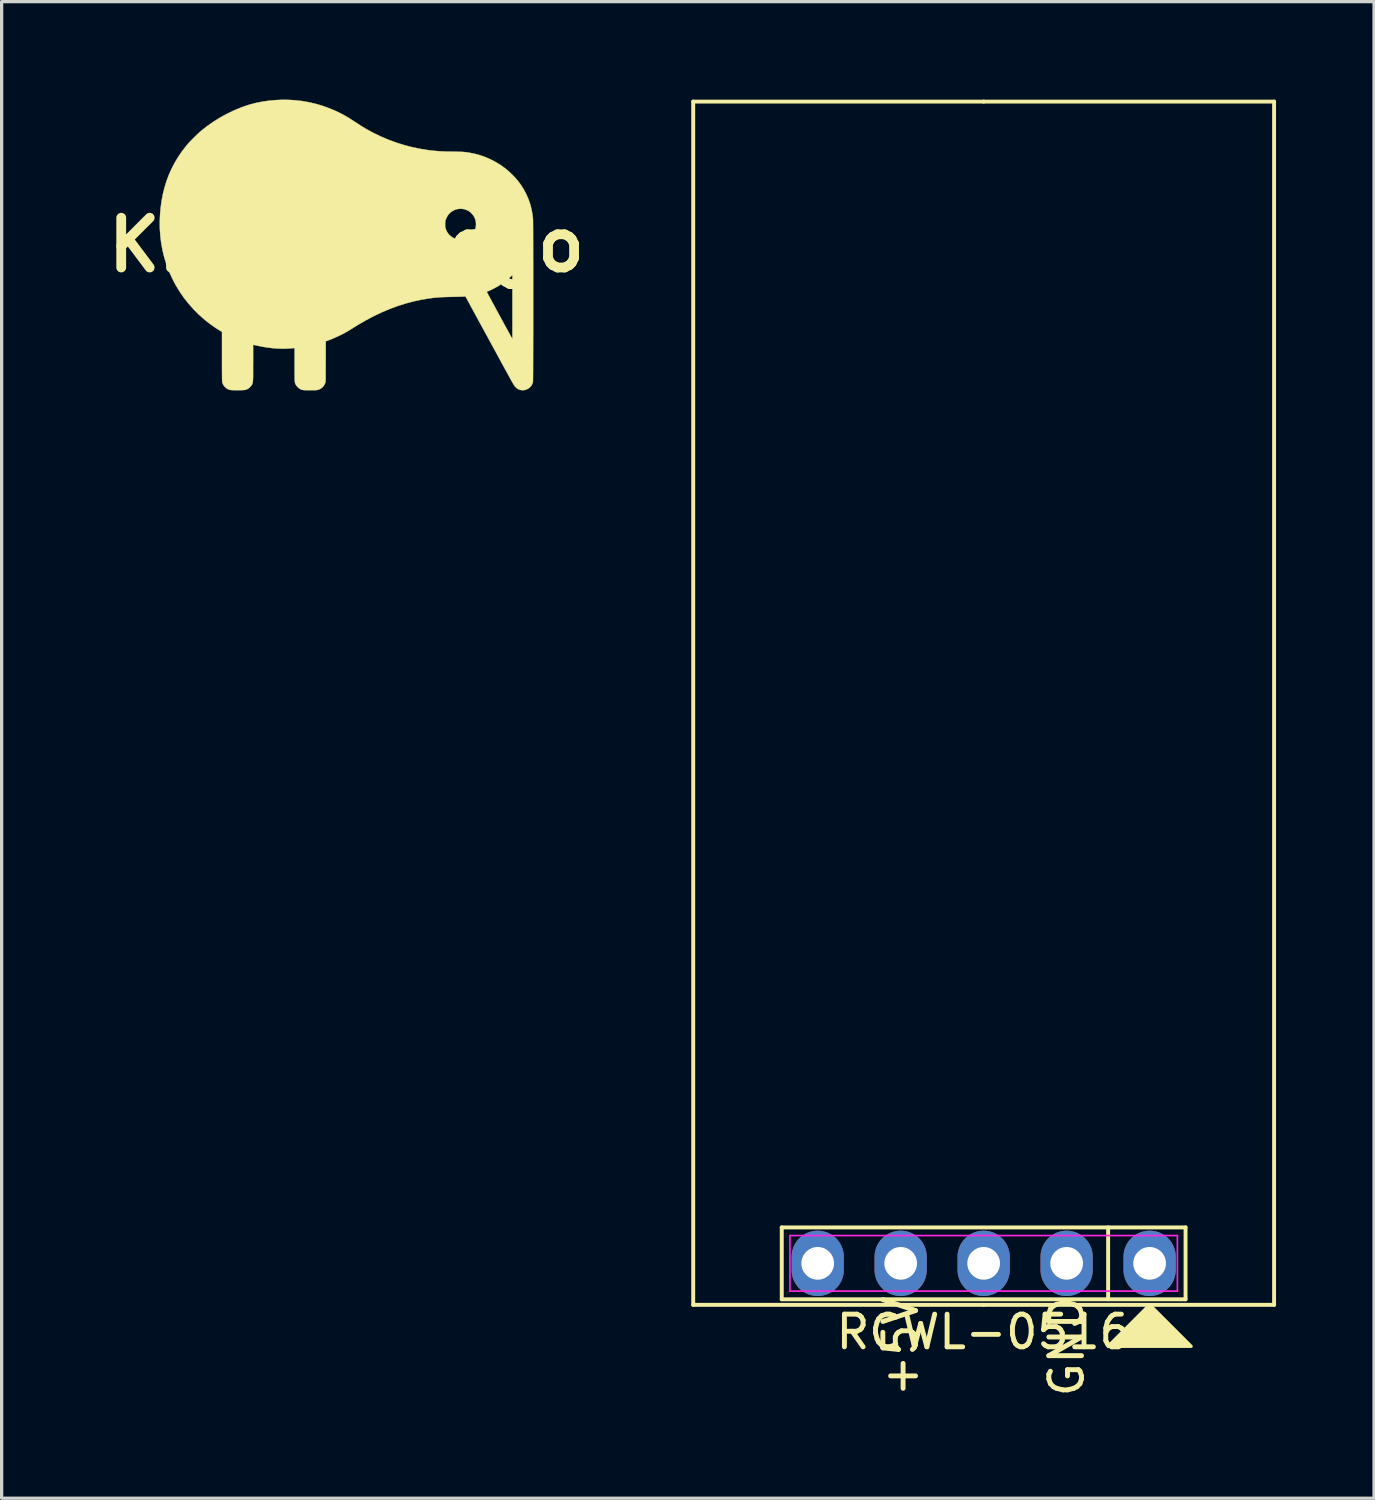
<source format=kicad_pcb>
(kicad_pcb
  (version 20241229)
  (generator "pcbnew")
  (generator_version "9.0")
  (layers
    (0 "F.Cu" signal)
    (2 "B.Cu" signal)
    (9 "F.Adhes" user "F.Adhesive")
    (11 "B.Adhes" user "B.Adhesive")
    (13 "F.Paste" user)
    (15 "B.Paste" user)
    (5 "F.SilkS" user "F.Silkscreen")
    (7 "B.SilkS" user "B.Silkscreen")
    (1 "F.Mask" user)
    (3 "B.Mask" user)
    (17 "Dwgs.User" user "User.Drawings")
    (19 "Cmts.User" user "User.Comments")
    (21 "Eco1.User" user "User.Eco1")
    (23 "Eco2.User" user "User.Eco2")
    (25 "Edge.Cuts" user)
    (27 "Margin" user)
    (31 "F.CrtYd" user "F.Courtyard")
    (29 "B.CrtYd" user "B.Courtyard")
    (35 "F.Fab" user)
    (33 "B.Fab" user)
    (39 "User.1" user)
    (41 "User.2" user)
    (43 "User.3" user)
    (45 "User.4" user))
  (footprint "KiwiBirdLogo"
    (layer "F.Cu")
    (at 7.555 4.449)
    (property "Reference" "KiwiBirdLogo" (at 0 0 0) (layer "F.SilkS") (effects (font (size 1.524 1.524) (thickness 0.3))))
    (attr through_hole)
    (fp_poly (pts (xy -1.789 -4.443) (xy -1.59 -4.432) (xy -1.393 -4.411) (xy -1.362 -4.407) (xy -1.152 -4.37) (xy -0.942 -4.321) (xy -0.736 -4.261) (xy -0.533 -4.188) (xy -0.334 -4.104) (xy -0.236 -4.058) (xy -0.168 -4.024) (xy -0.105 -3.991) (xy -0.046 -3.959) (xy 0.013 -3.925) (xy 0.073 -3.889) (xy 0.137 -3.848) (xy 0.208 -3.802) (xy 0.245 -3.778) (xy 0.338 -3.717) (xy 0.423 -3.662) (xy 0.502 -3.613) (xy 0.578 -3.567) (xy 0.651 -3.525) (xy 0.726 -3.484) (xy 0.802 -3.443) (xy 0.847 -3.42) (xy 1.073 -3.312) (xy 1.304 -3.215) (xy 1.54 -3.129) (xy 1.78 -3.054) (xy 2.023 -2.992) (xy 2.269 -2.941) (xy 2.515 -2.902) (xy 2.651 -2.886) (xy 2.703 -2.881) (xy 2.75 -2.877) (xy 2.796 -2.873) (xy 2.842 -2.87) (xy 2.89 -2.867) (xy 2.941 -2.865) (xy 2.996 -2.863) (xy 3.059 -2.861) (xy 3.13 -2.86) (xy 3.212 -2.858) (xy 3.248 -2.857) (xy 3.326 -2.856) (xy 3.392 -2.855) (xy 3.449 -2.853) (xy 3.498 -2.852) (xy 3.54 -2.85) (xy 3.577 -2.848) (xy 3.61 -2.845) (xy 3.642 -2.842) (xy 3.673 -2.838) (xy 3.705 -2.834) (xy 3.739 -2.828) (xy 3.775 -2.822) (xy 3.943 -2.788) (xy 4.108 -2.742) (xy 4.27 -2.683) (xy 4.428 -2.613) (xy 4.58 -2.532) (xy 4.728 -2.44) (xy 4.868 -2.338) (xy 4.885 -2.325) (xy 4.927 -2.29) (xy 4.974 -2.248) (xy 5.025 -2.2) (xy 5.076 -2.15) (xy 5.126 -2.1) (xy 5.172 -2.051) (xy 5.212 -2.006) (xy 5.241 -1.972) (xy 5.342 -1.836) (xy 5.43 -1.696) (xy 5.506 -1.552) (xy 5.571 -1.403) (xy 5.624 -1.25) (xy 5.665 -1.093) (xy 5.694 -0.93) (xy 5.709 -0.8) (xy 5.709 -0.787) (xy 5.71 -0.762) (xy 5.71 -0.726) (xy 5.711 -0.678) (xy 5.711 -0.62) (xy 5.712 -0.553) (xy 5.712 -0.476) (xy 5.713 -0.39) (xy 5.713 -0.295) (xy 5.713 -0.194) (xy 5.714 -0.084) (xy 5.714 0.031) (xy 5.714 0.153) (xy 5.714 0.281) (xy 5.714 0.414) (xy 5.715 0.551) (xy 5.715 0.693) (xy 5.715 0.838) (xy 5.715 0.986) (xy 5.715 1.136) (xy 5.715 1.288) (xy 5.715 1.442) (xy 5.715 1.596) (xy 5.715 1.751) (xy 5.715 1.906) (xy 5.715 2.06) (xy 5.715 2.213) (xy 5.715 2.364) (xy 5.715 2.512) (xy 5.715 2.658) (xy 5.714 2.801) (xy 5.714 2.939) (xy 5.714 3.073) (xy 5.714 3.202) (xy 5.713 3.326) (xy 5.713 3.444) (xy 5.713 3.555) (xy 5.712 3.659) (xy 5.712 3.755) (xy 5.712 3.843) (xy 5.711 3.923) (xy 5.711 3.993) (xy 5.71 4.054) (xy 5.71 4.104) (xy 5.709 4.144) (xy 5.709 4.172) (xy 5.708 4.188) (xy 5.708 4.192) (xy 5.69 4.25) (xy 5.661 4.302) (xy 5.623 4.349) (xy 5.577 4.387) (xy 5.525 4.417) (xy 5.469 4.436) (xy 5.409 4.445) (xy 5.397 4.445) (xy 5.336 4.44) (xy 5.28 4.423) (xy 5.228 4.395) (xy 5.179 4.354) (xy 5.172 4.347) (xy 5.167 4.342) (xy 5.163 4.337) (xy 5.158 4.331) (xy 5.152 4.325) (xy 5.146 4.316) (xy 5.139 4.306) (xy 5.131 4.294) (xy 5.122 4.279) (xy 5.111 4.26) (xy 5.098 4.239) (xy 5.083 4.213) (xy 5.066 4.182) (xy 5.046 4.147) (xy 5.023 4.107) (xy 4.998 4.06) (xy 4.969 4.008) (xy 4.937 3.949) (xy 4.9 3.883) (xy 4.86 3.81) (xy 4.816 3.729) (xy 4.767 3.64) (xy 4.714 3.542) (xy 4.655 3.434) (xy 4.592 3.318) (xy 4.523 3.191) (xy 4.448 3.054) (xy 4.385 2.938) (xy 3.642 1.574) (xy 3.61 1.578) (xy 3.597 1.578) (xy 3.574 1.579) (xy 3.54 1.581) (xy 3.497 1.582) (xy 3.447 1.583) (xy 3.392 1.584) (xy 3.332 1.586) (xy 3.268 1.587) (xy 3.258 1.587) (xy 3.161 1.589) (xy 3.076 1.591) (xy 3 1.593) (xy 2.931 1.596) (xy 2.868 1.6) (xy 2.809 1.604) (xy 2.752 1.608) (xy 2.695 1.614) (xy 2.638 1.621) (xy 2.577 1.629) (xy 2.524 1.636) (xy 2.283 1.676) (xy 2.042 1.728) (xy 1.801 1.793) (xy 1.56 1.87) (xy 1.319 1.96) (xy 1.078 2.062) (xy 0.837 2.177) (xy 0.595 2.304) (xy 0.354 2.444) (xy 0.212 2.532) (xy 0.169 2.559) (xy 0.125 2.586) (xy 0.082 2.613) (xy 0.043 2.636) (xy 0.011 2.656) (xy -0.003 2.664) (xy -0.069 2.7) (xy -0.144 2.739) (xy -0.225 2.778) (xy -0.309 2.817) (xy -0.393 2.854) (xy -0.474 2.888) (xy -0.548 2.917) (xy -0.576 2.927) (xy -0.635 2.948) (xy -0.635 3.558) (xy -0.635 3.661) (xy -0.636 3.752) (xy -0.636 3.831) (xy -0.636 3.9) (xy -0.636 3.96) (xy -0.637 4.011) (xy -0.637 4.054) (xy -0.638 4.09) (xy -0.638 4.119) (xy -0.639 4.143) (xy -0.64 4.163) (xy -0.641 4.178) (xy -0.643 4.19) (xy -0.644 4.2) (xy -0.646 4.208) (xy -0.647 4.211) (xy -0.667 4.265) (xy -0.698 4.315) (xy -0.738 4.359) (xy -0.784 4.396) (xy -0.836 4.422) (xy -0.877 4.435) (xy -0.892 4.438) (xy -0.912 4.44) (xy -0.936 4.442) (xy -0.967 4.444) (xy -1.007 4.444) (xy -1.055 4.445) (xy -1.115 4.445) (xy -1.116 4.445) (xy -1.179 4.445) (xy -1.231 4.444) (xy -1.274 4.443) (xy -1.309 4.44) (xy -1.338 4.437) (xy -1.362 4.432) (xy -1.382 4.425) (xy -1.402 4.417) (xy -1.422 4.406) (xy -1.432 4.4) (xy -1.465 4.377) (xy -1.497 4.346) (xy -1.527 4.313) (xy -1.549 4.28) (xy -1.553 4.273) (xy -1.559 4.261) (xy -1.564 4.25) (xy -1.569 4.238) (xy -1.573 4.226) (xy -1.576 4.212) (xy -1.579 4.196) (xy -1.581 4.175) (xy -1.583 4.15) (xy -1.585 4.12) (xy -1.586 4.084) (xy -1.586 4.04) (xy -1.587 3.988) (xy -1.587 3.928) (xy -1.587 3.857) (xy -1.587 3.776) (xy -1.588 3.683) (xy -1.587 3.663) (xy -1.587 3.156) (xy -1.608 3.156) (xy -1.621 3.157) (xy -1.645 3.158) (xy -1.675 3.161) (xy -1.71 3.164) (xy -1.73 3.166) (xy -1.854 3.173) (xy -1.987 3.174) (xy -2.127 3.168) (xy -2.272 3.156) (xy -2.42 3.138) (xy -2.57 3.114) (xy -2.72 3.083) (xy -2.725 3.082) (xy -2.761 3.074) (xy -2.793 3.067) (xy -2.819 3.061) (xy -2.837 3.057) (xy -2.843 3.056) (xy -2.857 3.053) (xy -2.857 3.606) (xy -2.858 3.708) (xy -2.858 3.797) (xy -2.858 3.876) (xy -2.858 3.944) (xy -2.858 4.003) (xy -2.859 4.053) (xy -2.86 4.095) (xy -2.862 4.131) (xy -2.863 4.161) (xy -2.866 4.185) (xy -2.868 4.206) (xy -2.872 4.222) (xy -2.875 4.236) (xy -2.88 4.248) (xy -2.885 4.259) (xy -2.891 4.27) (xy -2.898 4.282) (xy -2.9 4.284) (xy -2.937 4.335) (xy -2.982 4.378) (xy -3.033 4.411) (xy -3.088 4.432) (xy -3.092 4.433) (xy -3.113 4.437) (xy -3.145 4.44) (xy -3.185 4.442) (xy -3.232 4.444) (xy -3.282 4.445) (xy -3.335 4.445) (xy -3.388 4.445) (xy -3.438 4.444) (xy -3.485 4.442) (xy -3.525 4.44) (xy -3.557 4.437) (xy -3.578 4.433) (xy -3.579 4.433) (xy -3.636 4.41) (xy -3.687 4.377) (xy -3.731 4.335) (xy -3.767 4.286) (xy -3.793 4.231) (xy -3.801 4.206) (xy -3.802 4.199) (xy -3.803 4.189) (xy -3.804 4.176) (xy -3.805 4.16) (xy -3.806 4.138) (xy -3.807 4.112) (xy -3.808 4.079) (xy -3.808 4.04) (xy -3.809 3.994) (xy -3.809 3.939) (xy -3.809 3.876) (xy -3.81 3.803) (xy -3.81 3.721) (xy -3.81 3.627) (xy -3.81 3.523) (xy -3.81 3.415) (xy -3.81 2.66) (xy -3.839 2.643) (xy -4.025 2.525) (xy -4.203 2.398) (xy -4.374 2.26) (xy -4.536 2.114) (xy -4.69 1.959) (xy -4.834 1.795) (xy -4.97 1.624) (xy -5.095 1.445) (xy -5.102 1.432) (xy 4.293 1.432) (xy 4.296 1.438) (xy 4.304 1.454) (xy 4.318 1.48) (xy 4.336 1.514) (xy 4.359 1.556) (xy 4.386 1.606) (xy 4.416 1.661) (xy 4.449 1.723) (xy 4.485 1.789) (xy 4.523 1.859) (xy 4.562 1.932) (xy 4.603 2.007) (xy 4.645 2.084) (xy 4.687 2.162) (xy 4.729 2.239) (xy 4.771 2.316) (xy 4.812 2.391) (xy 4.851 2.463) (xy 4.889 2.533) (xy 4.925 2.598) (xy 4.958 2.658) (xy 4.988 2.713) (xy 5.014 2.761) (xy 5.037 2.802) (xy 5.055 2.835) (xy 5.068 2.858) (xy 5.076 2.873) (xy 5.078 2.877) (xy 5.079 2.87) (xy 5.079 2.852) (xy 5.079 2.822) (xy 5.079 2.782) (xy 5.079 2.732) (xy 5.079 2.673) (xy 5.08 2.605) (xy 5.08 2.529) (xy 5.08 2.445) (xy 5.08 2.356) (xy 5.08 2.26) (xy 5.08 2.159) (xy 5.08 2.054) (xy 5.08 1.945) (xy 5.08 1.898) (xy 5.08 0.919) (xy 5.029 0.968) (xy 4.912 1.071) (xy 4.791 1.163) (xy 4.664 1.247) (xy 4.527 1.323) (xy 4.508 1.333) (xy 4.471 1.352) (xy 4.432 1.371) (xy 4.396 1.388) (xy 4.366 1.401) (xy 4.353 1.407) (xy 4.328 1.417) (xy 4.308 1.425) (xy 4.296 1.431) (xy 4.293 1.432) (xy -5.102 1.432) (xy -5.209 1.259) (xy -5.214 1.251) (xy -5.243 1.198) (xy -5.276 1.136) (xy -5.31 1.069) (xy -5.344 0.999) (xy -5.377 0.929) (xy -5.407 0.863) (xy -5.433 0.804) (xy -5.442 0.781) (xy -5.517 0.577) (xy -5.58 0.369) (xy -5.631 0.158) (xy -5.67 -0.057) (xy -5.697 -0.276) (xy -5.712 -0.497) (xy -5.714 -0.635) (xy 3.02 -0.635) (xy 3.02 -0.601) (xy 3.023 -0.568) (xy 3.026 -0.541) (xy 3.028 -0.527) (xy 3.053 -0.453) (xy 3.088 -0.386) (xy 3.133 -0.325) (xy 3.187 -0.273) (xy 3.249 -0.229) (xy 3.317 -0.194) (xy 3.392 -0.17) (xy 3.404 -0.168) (xy 3.439 -0.163) (xy 3.482 -0.162) (xy 3.528 -0.163) (xy 3.572 -0.167) (xy 3.609 -0.174) (xy 3.61 -0.174) (xy 3.633 -0.182) (xy 3.662 -0.193) (xy 3.693 -0.206) (xy 3.708 -0.214) (xy 3.737 -0.229) (xy 3.761 -0.243) (xy 3.782 -0.26) (xy 3.806 -0.282) (xy 3.826 -0.301) (xy 3.877 -0.359) (xy 3.916 -0.419) (xy 3.943 -0.483) (xy 3.959 -0.553) (xy 3.965 -0.628) (xy 3.965 -0.635) (xy 3.96 -0.711) (xy 3.945 -0.781) (xy 3.918 -0.845) (xy 3.881 -0.906) (xy 3.831 -0.964) (xy 3.826 -0.969) (xy 3.799 -0.996) (xy 3.776 -1.016) (xy 3.754 -1.031) (xy 3.729 -1.046) (xy 3.708 -1.056) (xy 3.678 -1.07) (xy 3.648 -1.083) (xy 3.621 -1.092) (xy 3.61 -1.095) (xy 3.535 -1.108) (xy 3.461 -1.109) (xy 3.389 -1.098) (xy 3.32 -1.077) (xy 3.256 -1.045) (xy 3.196 -1.005) (xy 3.143 -0.956) (xy 3.098 -0.898) (xy 3.061 -0.834) (xy 3.034 -0.763) (xy 3.028 -0.743) (xy 3.025 -0.722) (xy 3.022 -0.692) (xy 3.02 -0.658) (xy 3.02 -0.635) (xy -5.714 -0.635) (xy -5.715 -0.721) (xy -5.705 -0.947) (xy -5.689 -1.127) (xy -5.66 -1.345) (xy -5.62 -1.556) (xy -5.569 -1.759) (xy -5.509 -1.957) (xy -5.437 -2.148) (xy -5.354 -2.334) (xy -5.26 -2.514) (xy -5.155 -2.69) (xy -5.038 -2.862) (xy -4.91 -3.029) (xy -4.884 -3.061) (xy -4.856 -3.093) (xy -4.821 -3.132) (xy -4.779 -3.175) (xy -4.733 -3.223) (xy -4.685 -3.272) (xy -4.635 -3.321) (xy -4.587 -3.368) (xy -4.54 -3.412) (xy -4.498 -3.451) (xy -4.462 -3.484) (xy -4.448 -3.495) (xy -4.266 -3.638) (xy -4.077 -3.771) (xy -3.879 -3.894) (xy -3.675 -4.007) (xy -3.465 -4.109) (xy -3.249 -4.2) (xy -3.134 -4.243) (xy -2.957 -4.3) (xy -2.773 -4.348) (xy -2.583 -4.386) (xy -2.388 -4.415) (xy -2.19 -4.434) (xy -1.99 -4.444) (xy -1.789 -4.443)) (stroke (width 0.01) (type solid)) (fill yes) (layer "F.SilkS")))
  (footprint "RCWL-0516"
    (layer "F.Cu")
    (at 27.059 35.62)
    (property "Reference" "RCWL-0516" (at 0 2.1 0) (layer "F.SilkS") (effects (font (size 1 1) (thickness 0.15))))
    (attr through_hole)
    (fp_line (start -8.89 -35.56) (end -8.89 1.27) (stroke (width 0.12) (type solid)) (layer "F.SilkS"))
    (fp_line (start -8.89 1.27) (end 0 1.27) (stroke (width 0.12) (type solid)) (layer "F.SilkS"))
    (fp_line (start -6.18 -1.1) (end 6.18 -1.1) (stroke (width 0.12) (type solid)) (layer "F.SilkS"))
    (fp_line (start -6.18 1.1) (end -6.18 -1.1) (stroke (width 0.12) (type solid)) (layer "F.SilkS"))
    (fp_line (start 0 -35.56) (end -8.89 -35.56) (stroke (width 0.12) (type solid)) (layer "F.SilkS"))
    (fp_line (start 0 1.27) (end 8.89 1.27) (stroke (width 0.12) (type solid)) (layer "F.SilkS"))
    (fp_line (start 3.81 -1.1) (end 3.81 1.1) (stroke (width 0.12) (type solid)) (layer "F.SilkS"))
    (fp_line (start 6.18 -1.1) (end 6.18 1.1) (stroke (width 0.12) (type solid)) (layer "F.SilkS"))
    (fp_line (start 6.18 1.1) (end -6.18 1.1) (stroke (width 0.12) (type solid)) (layer "F.SilkS"))
    (fp_line (start 8.89 -35.56) (end 0 -35.56) (stroke (width 0.12) (type solid)) (layer "F.SilkS"))
    (fp_line (start 8.89 1.27) (end 8.89 -35.56) (stroke (width 0.12) (type solid)) (layer "F.SilkS"))
    (fp_poly (pts (xy 6.35 2.54) (xy 3.81 2.54) (xy 5.08 1.27)) (stroke (width 0.1) (type solid)) (fill yes) (layer "F.SilkS"))
    (fp_line (start -5.93 -0.85) (end 5.93 -0.85) (stroke (width 0.05) (type solid)) (layer "F.CrtYd"))
    (fp_line (start -5.93 0.85) (end -5.93 -0.85) (stroke (width 0.05) (type solid)) (layer "F.CrtYd"))
    (fp_line (start 5.93 -0.85) (end 5.93 0.85) (stroke (width 0.05) (type solid)) (layer "F.CrtYd"))
    (fp_line (start 5.93 0.85) (end -5.93 0.85) (stroke (width 0.05) (type solid)) (layer "F.CrtYd"))
    (fp_text user "+5V" (at -2.54 2.54 90) (layer "F.SilkS") (effects (font (size 1 1) (thickness 0.15))))
    (fp_text user "GND" (at 2.54 2.54 90) (layer "F.SilkS") (effects (font (size 1 1) (thickness 0.15))))
    (pad "1" thru_hole oval (at 5.08 0) (size 1.6 2) (drill 1) (layers "*.Cu" "*.Mask"))
    (pad "2" thru_hole oval (at 2.54 0) (size 1.6 2) (drill 1) (layers "*.Cu" "*.Mask"))
    (pad "3" thru_hole oval (at 0 0) (size 1.6 2) (drill 1) (layers "*.Cu" "*.Mask"))
    (pad "4" thru_hole oval (at -2.54 0) (size 1.6 2) (drill 1) (layers "*.Cu" "*.Mask"))
    (pad "5" thru_hole oval (at -5.08 0) (size 1.6 2) (drill 1) (layers "*.Cu" "*.Mask")))
  (gr_rect
    (start -3 -3)
    (end 39.009 42.809)
    (stroke (width 0.1) (type default))
    (fill no)
    (layer "Edge.Cuts")))
</source>
